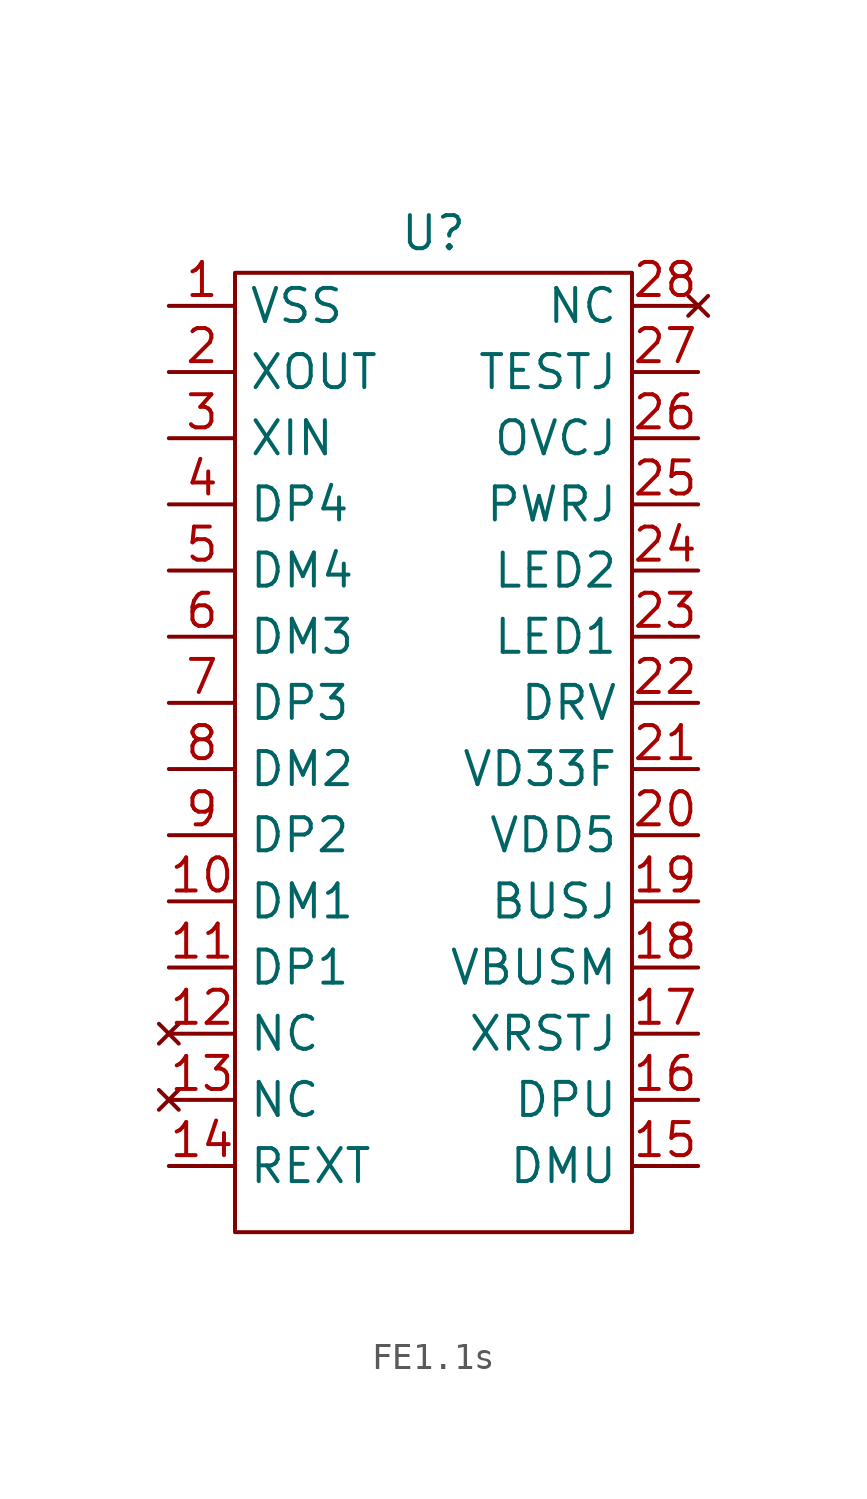
<source format=kicad_sym>
(kicad_symbol_lib
  (version 20241209)
  (generator "kicad_symbol_editor")
  (generator_version "9.0")
  (symbol "FE1.1s"
    (property "Reference" "U"
      (at 0 -1.016 0)
      (effects (font (size 1.27 1.27))))
    (property "Value" ""
      (at -5.08 -7.62 0)
      (effects (font (size 1.27 1.27))))
    (symbol "FE1.1s_0_0"
      (pin power_in line (at -10.16 -3.81 0) (length 2.54) (name "VSS" (effects (font (size 1.27 1.27)))) (number "1" (effects (font (size 1.27 1.27)))))
      (pin output line (at -10.16 -6.35 0) (length 2.54) (name "XOUT" (effects (font (size 1.27 1.27)))) (number "2" (effects (font (size 1.27 1.27)))))
      (pin input line (at -10.16 -8.89 0) (length 2.54) (name "XIN" (effects (font (size 1.27 1.27)))) (number "3" (effects (font (size 1.27 1.27)))))
      (pin bidirectional line (at -10.16 -11.43 0) (length 2.54) (name "DP4" (effects (font (size 1.27 1.27)))) (number "4" (effects (font (size 1.27 1.27)))))
      (pin bidirectional line (at -10.16 -13.97 0) (length 2.54) (name "DM4" (effects (font (size 1.27 1.27)))) (number "5" (effects (font (size 1.27 1.27)))))
      (pin bidirectional line (at -10.16 -16.51 0) (length 2.54) (name "DM3" (effects (font (size 1.27 1.27)))) (number "6" (effects (font (size 1.27 1.27)))))
      (pin bidirectional line (at -10.16 -19.05 0) (length 2.54) (name "DP3" (effects (font (size 1.27 1.27)))) (number "7" (effects (font (size 1.27 1.27)))))
      (pin bidirectional line (at -10.16 -21.59 0) (length 2.54) (name "DM2" (effects (font (size 1.27 1.27)))) (number "8" (effects (font (size 1.27 1.27)))))
      (pin bidirectional line (at -10.16 -24.13 0) (length 2.54) (name "DP2" (effects (font (size 1.27 1.27)))) (number "9" (effects (font (size 1.27 1.27)))))
      (pin bidirectional line (at -10.16 -26.67 0) (length 2.54) (name "DM1" (effects (font (size 1.27 1.27)))) (number "10" (effects (font (size 1.27 1.27)))))
      (pin bidirectional line (at -10.16 -29.21 0) (length 2.54) (name "DP1" (effects (font (size 1.27 1.27)))) (number "11" (effects (font (size 1.27 1.27)))))
      (pin no_connect line (at -10.16 -31.75 0) (length 2.54) (name "NC" (effects (font (size 1.27 1.27)))) (number "12" (effects (font (size 1.27 1.27)))))
      (pin no_connect line (at -10.16 -34.29 0) (length 2.54) (name "NC" (effects (font (size 1.27 1.27)))) (number "13" (effects (font (size 1.27 1.27)))))
      (pin no_connect line (at 10.16 -3.81 180) (length 2.54) (name "NC" (effects (font (size 1.27 1.27)))) (number "28" (effects (font (size 1.27 1.27)))))
      (pin unspecified line (at 10.16 -6.35 180) (length 2.54) (name "TESTJ" (effects (font (size 1.27 1.27)))) (number "27" (effects (font (size 1.27 1.27)))))
      (pin input line (at 10.16 -8.89 180) (length 2.54) (name "OVCJ" (effects (font (size 1.27 1.27)))) (number "26" (effects (font (size 1.27 1.27)))))
      (pin unspecified line (at 10.16 -11.43 180) (length 2.54) (name "PWRJ" (effects (font (size 1.27 1.27)))) (number "25" (effects (font (size 1.27 1.27)))))
      (pin bidirectional line (at 10.16 -13.97 180) (length 2.54) (name "LED2" (effects (font (size 1.27 1.27)))) (number "24" (effects (font (size 1.27 1.27)))))
      (pin bidirectional line (at 10.16 -16.51 180) (length 2.54) (name "LED1" (effects (font (size 1.27 1.27)))) (number "23" (effects (font (size 1.27 1.27)))))
      (pin bidirectional line (at 10.16 -19.05 180) (length 2.54) (name "DRV" (effects (font (size 1.27 1.27)))) (number "22" (effects (font (size 1.27 1.27)))))
      (pin power_out line (at 10.16 -21.59 180) (length 2.54) (name "VD33F" (effects (font (size 1.27 1.27)))) (number "21" (effects (font (size 1.27 1.27)))))
      (pin power_in line (at 10.16 -24.13 180) (length 2.54) (name "VDD5" (effects (font (size 1.27 1.27)))) (number "20" (effects (font (size 1.27 1.27)))))
      (pin input line (at 10.16 -26.67 180) (length 2.54) (name "BUSJ" (effects (font (size 1.27 1.27)))) (number "19" (effects (font (size 1.27 1.27)))))
      (pin input line (at 10.16 -29.21 180) (length 2.54) (name "VBUSM" (effects (font (size 1.27 1.27)))) (number "18" (effects (font (size 1.27 1.27)))))
      (pin input line (at 10.16 -31.75 180) (length 2.54) (name "XRSTJ" (effects (font (size 1.27 1.27)))) (number "17" (effects (font (size 1.27 1.27)))))
      (pin bidirectional line (at 10.16 -34.29 180) (length 2.54) (name "DPU" (effects (font (size 1.27 1.27)))) (number "16" (effects (font (size 1.27 1.27)))))
      (pin bidirectional line (at 10.16 -36.83 180) (length 2.54) (name "DMU" (effects (font (size 1.27 1.27)))) (number "15" (effects (font (size 1.27 1.27))))))
    (symbol "FE1.1s_0_1"
      (rectangle (start -7.62 -2.54) (end 7.62 -39.37) (stroke (width 0) (type default)) (fill (type none))))
    (symbol "FE1.1s_1_0"
      (pin bidirectional line (at -10.16 -36.83 0) (length 2.54) (name "REXT" (effects (font (size 1.27 1.27)))) (number "14" (effects (font (size 1.27 1.27))))))))
</source>
